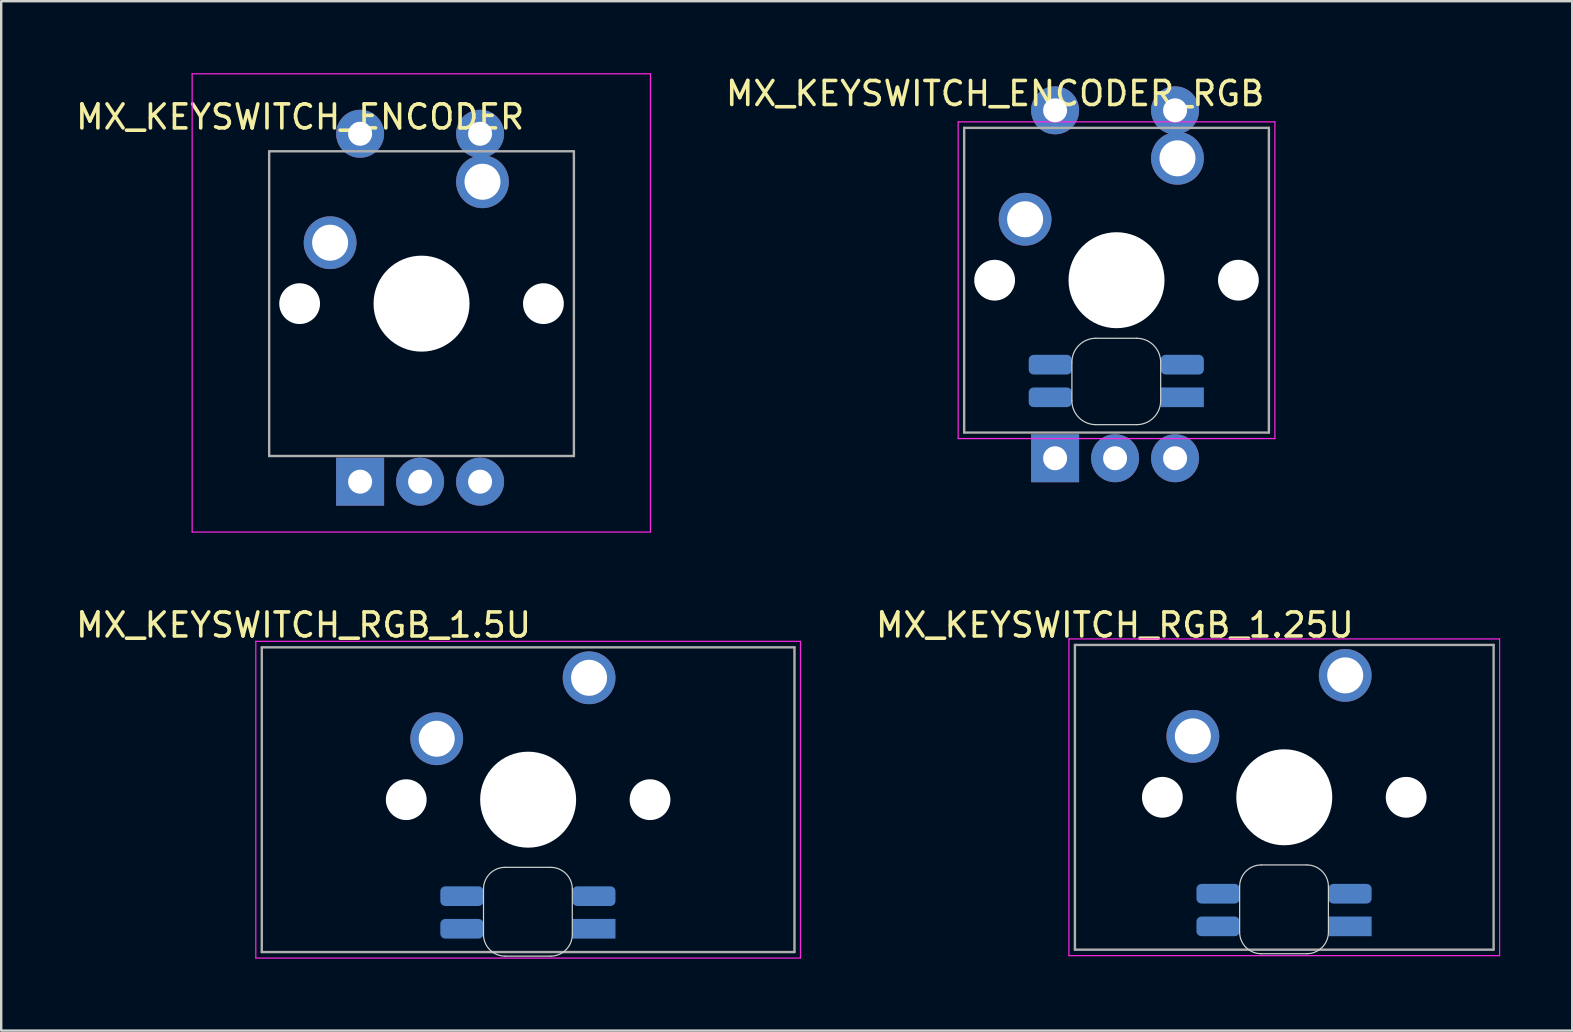
<source format=kicad_pcb>
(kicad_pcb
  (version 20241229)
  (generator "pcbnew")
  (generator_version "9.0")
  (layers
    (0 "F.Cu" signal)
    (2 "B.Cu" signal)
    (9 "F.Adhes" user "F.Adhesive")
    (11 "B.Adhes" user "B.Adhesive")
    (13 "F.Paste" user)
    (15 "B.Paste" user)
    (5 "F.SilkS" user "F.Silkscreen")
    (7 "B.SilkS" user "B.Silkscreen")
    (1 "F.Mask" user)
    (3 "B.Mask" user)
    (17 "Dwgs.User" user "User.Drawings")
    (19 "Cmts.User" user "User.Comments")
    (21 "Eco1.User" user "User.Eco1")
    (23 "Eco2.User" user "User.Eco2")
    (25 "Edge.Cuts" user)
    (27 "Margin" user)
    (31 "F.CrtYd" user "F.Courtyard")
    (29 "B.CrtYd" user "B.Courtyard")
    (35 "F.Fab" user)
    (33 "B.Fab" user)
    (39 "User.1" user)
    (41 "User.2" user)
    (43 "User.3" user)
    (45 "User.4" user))
  (footprint "MX_KEYSWITCH_ENCODER"
    (layer "F.Cu")
    (at 14.458 9.625)
    (property "Reference" "MX_KEYSWITCH_ENCODER" (at -5 -7.8 0) (layer "F.SilkS") (effects (font (size 1 1) (thickness 0.15))))
    (attr through_hole)
    (fp_line (start -9.5 -9.6) (end -9.5 9.5) (stroke (width 0.05) (type solid)) (layer "F.CrtYd"))
    (fp_line (start -9.5 -9.6) (end 9.6 -9.6) (stroke (width 0.05) (type solid)) (layer "F.CrtYd"))
    (fp_line (start -9.5 9.5) (end 9.6 9.5) (stroke (width 0.05) (type solid)) (layer "F.CrtYd"))
    (fp_line (start 9.6 -9.6) (end 9.6 9.5) (stroke (width 0.05) (type solid)) (layer "F.CrtYd"))
    (fp_line (start -6.29 -6.37) (end 6.41 -6.37) (stroke (width 0.1) (type solid)) (layer "F.Fab"))
    (fp_line (start -6.29 6.33) (end -6.29 -6.37) (stroke (width 0.1) (type solid)) (layer "F.Fab"))
    (fp_line (start 6.41 -6.37) (end 6.41 6.33) (stroke (width 0.1) (type solid)) (layer "F.Fab"))
    (fp_line (start 6.41 6.33) (end -6.29 6.33) (stroke (width 0.1) (type solid)) (layer "F.Fab"))
    (pad "" np_thru_hole circle (at -5.02 -0.02) (size 1.7 1.7) (drill 1.7) (layers "*.Cu" "*.Mask"))
    (pad "" np_thru_hole circle (at 0.06 -0.02) (size 4 4) (drill 4) (layers "*.Cu" "*.Mask"))
    (pad "" np_thru_hole circle (at 5.14 -0.02) (size 1.7 1.7) (drill 1.7) (layers "*.Cu" "*.Mask"))
    (pad "A" thru_hole rect (at -2.5 7.4 90) (size 2 2) (drill 1) (layers "*.Cu" "*.Mask"))
    (pad "B" thru_hole circle (at 2.5 7.4 90) (size 2 2) (drill 1) (layers "*.Cu" "*.Mask"))
    (pad "C" thru_hole circle (at 0 7.4 90) (size 2 2) (drill 1) (layers "*.Cu" "*.Mask"))
    (pad "S1" thru_hole circle (at 2.5 -7.1 90) (size 2 2) (drill 1) (layers "*.Cu" "*.Mask"))
    (pad "S1" thru_hole circle (at 2.6 -5.1) (size 2.2 2.2) (drill 1.5) (layers "*.Cu" "*.Mask"))
    (pad "S2" thru_hole circle (at -3.75 -2.56) (size 2.2 2.2) (drill 1.5) (layers "*.Cu" "*.Mask"))
    (pad "S2" thru_hole circle (at -2.5 -7.1 90) (size 2 2) (drill 1) (layers "*.Cu" "*.Mask")))
  (footprint "MX_KEYSWITCH_ENCODER_RGB"
    (layer "F.Cu")
    (at 43.423 8.648)
    (property "Reference" "MX_KEYSWITCH_ENCODER_RGB" (at -5 -7.8 0) (layer "F.SilkS") (effects (font (size 1 1) (thickness 0.15))))
    (attr through_hole)
    (fp_line (start -1.8 3.4) (end -1.8 5) (stroke (width 0.05) (type solid)) (layer "Edge.Cuts"))
    (fp_line (start 0.9 2.4) (end -0.8 2.4) (stroke (width 0.05) (type solid)) (layer "Edge.Cuts"))
    (fp_line (start 0.9 6) (end -0.8 6) (stroke (width 0.05) (type solid)) (layer "Edge.Cuts"))
    (fp_line (start 1.9 5) (end 1.9 3.4) (stroke (width 0.05) (type solid)) (layer "Edge.Cuts"))
    (fp_arc (start -1.8 3.4) (mid -1.507107 2.692893) (end -0.8 2.4) (stroke (width 0.05) (type solid)) (layer "Edge.Cuts"))
    (fp_arc (start -0.8 6) (mid -1.507107 5.707107) (end -1.8 5) (stroke (width 0.05) (type solid)) (layer "Edge.Cuts"))
    (fp_arc (start 0.9 2.4) (mid 1.607107 2.692893) (end 1.9 3.4) (stroke (width 0.05) (type solid)) (layer "Edge.Cuts"))
    (fp_arc (start 1.9 5) (mid 1.607107 5.707107) (end 0.9 6) (stroke (width 0.05) (type solid)) (layer "Edge.Cuts"))
    (fp_line (start -6.54 -6.62) (end 6.66 -6.62) (stroke (width 0.05) (type solid)) (layer "F.CrtYd"))
    (fp_line (start -6.54 6.58) (end -6.54 -6.62) (stroke (width 0.05) (type solid)) (layer "F.CrtYd"))
    (fp_line (start 6.66 -6.62) (end 6.66 6.58) (stroke (width 0.05) (type solid)) (layer "F.CrtYd"))
    (fp_line (start 6.66 6.58) (end -6.54 6.58) (stroke (width 0.05) (type solid)) (layer "F.CrtYd"))
    (fp_line (start -6.29 -6.37) (end 6.41 -6.37) (stroke (width 0.1) (type solid)) (layer "F.Fab"))
    (fp_line (start -6.29 6.33) (end -6.29 -6.37) (stroke (width 0.1) (type solid)) (layer "F.Fab"))
    (fp_line (start 6.41 -6.37) (end 6.41 6.33) (stroke (width 0.1) (type solid)) (layer "F.Fab"))
    (fp_line (start 6.41 6.33) (end -6.29 6.33) (stroke (width 0.1) (type solid)) (layer "F.Fab"))
    (pad "" np_thru_hole circle (at -5.02 -0.02) (size 1.7 1.7) (drill 1.7) (layers "*.Cu" "*.Mask"))
    (pad "" np_thru_hole circle (at 0.06 -0.02) (size 4 4) (drill 4) (layers "*.Cu" "*.Mask"))
    (pad "" np_thru_hole circle (at 5.14 -0.02) (size 1.7 1.7) (drill 1.7) (layers "*.Cu" "*.Mask"))
    (pad "1" smd roundrect (at 2.8 3.5) (size 1.8 0.82) (layers "B.Cu" "B.Mask" "B.Paste") (roundrect_rratio 0.25))
    (pad "2" smd roundrect (at -2.7 4.86) (size 1.8 0.82) (layers "B.Cu" "B.Mask" "B.Paste") (roundrect_rratio 0.25))
    (pad "3" smd roundrect (at -2.7 3.5) (size 1.8 0.82) (layers "B.Cu" "B.Mask" "B.Paste") (roundrect_rratio 0.25))
    (pad "4" smd rect (at 2.8 4.86) (size 1.8 0.82) (layers "B.Cu" "B.Mask" "B.Paste"))
    (pad "A" thru_hole rect (at -2.5 7.4 90) (size 2 2) (drill 1) (layers "*.Cu" "*.Mask"))
    (pad "B" thru_hole circle (at 2.5 7.4 90) (size 2 2) (drill 1) (layers "*.Cu" "*.Mask"))
    (pad "C" thru_hole circle (at 0 7.4 90) (size 2 2) (drill 1) (layers "*.Cu" "*.Mask"))
    (pad "S1" thru_hole circle (at 2.5 -7.1 90) (size 2 2) (drill 1) (layers "*.Cu" "*.Mask"))
    (pad "S1" thru_hole circle (at 2.6 -5.1) (size 2.2 2.2) (drill 1.5) (layers "*.Cu" "*.Mask"))
    (pad "S2" thru_hole circle (at -3.75 -2.56) (size 2.2 2.2) (drill 1.5) (layers "*.Cu" "*.Mask"))
    (pad "S2" thru_hole circle (at -2.5 -7.1 90) (size 2 2) (drill 1) (layers "*.Cu" "*.Mask")))
  (footprint "MX_KEYSWITCH_RGB_1.25U"
    (layer "F.Cu")
    (at 50.414 30.198)
    (property "Reference" "MX_KEYSWITCH_RGB_1.25U" (at -7 -7.2 0) (layer "F.SilkS") (effects (font (size 1 1) (thickness 0.15))))
    (attr through_hole)
    (fp_line (start -1.8 3.7) (end -1.8 5.6) (stroke (width 0.05) (type solid)) (layer "Edge.Cuts"))
    (fp_line (start -0.9 6.5) (end 1 6.5) (stroke (width 0.05) (type solid)) (layer "Edge.Cuts"))
    (fp_line (start 1 2.8) (end -0.9 2.8) (stroke (width 0.05) (type solid)) (layer "Edge.Cuts"))
    (fp_line (start 1.9 5.6) (end 1.9 3.7) (stroke (width 0.05) (type solid)) (layer "Edge.Cuts"))
    (fp_arc (start -1.8 3.7) (mid -1.536396 3.063604) (end -0.9 2.8) (stroke (width 0.05) (type solid)) (layer "Edge.Cuts"))
    (fp_arc (start -0.9 6.5) (mid -1.536396 6.236396) (end -1.8 5.6) (stroke (width 0.05) (type solid)) (layer "Edge.Cuts"))
    (fp_arc (start 1 2.8) (mid 1.636396 3.063604) (end 1.9 3.7) (stroke (width 0.05) (type solid)) (layer "Edge.Cuts"))
    (fp_arc (start 1.9 5.6) (mid 1.636396 6.236396) (end 1 6.5) (stroke (width 0.05) (type solid)) (layer "Edge.Cuts"))
    (fp_line (start -8.915 -6.62) (end 9.035 -6.62) (stroke (width 0.05) (type solid)) (layer "F.CrtYd"))
    (fp_line (start -8.915 6.58) (end -8.915 -6.62) (stroke (width 0.05) (type solid)) (layer "F.CrtYd"))
    (fp_line (start 9.035 -6.62) (end 9.035 6.58) (stroke (width 0.05) (type solid)) (layer "F.CrtYd"))
    (fp_line (start 9.035 6.58) (end -8.915 6.58) (stroke (width 0.05) (type solid)) (layer "F.CrtYd"))
    (fp_line (start -8.665 -6.37) (end 8.785 -6.37) (stroke (width 0.1) (type solid)) (layer "F.Fab"))
    (fp_line (start -8.665 6.33) (end -8.665 -6.37) (stroke (width 0.1) (type solid)) (layer "F.Fab"))
    (fp_line (start 8.785 -6.37) (end 8.785 6.33) (stroke (width 0.1) (type solid)) (layer "F.Fab"))
    (fp_line (start 8.785 6.33) (end -8.665 6.33) (stroke (width 0.1) (type solid)) (layer "F.Fab"))
    (pad "" np_thru_hole circle (at -5.02 -0.02) (size 1.7 1.7) (drill 1.7) (layers "*.Cu" "*.Mask"))
    (pad "" np_thru_hole circle (at 0.06 -0.02) (size 4 4) (drill 4) (layers "*.Cu" "*.Mask"))
    (pad "" np_thru_hole circle (at 5.14 -0.02) (size 1.7 1.7) (drill 1.7) (layers "*.Cu" "*.Mask"))
    (pad "1" thru_hole circle (at 2.6 -5.1) (size 2.2 2.2) (drill 1.5) (layers "*.Cu" "*.Mask"))
    (pad "2" thru_hole circle (at -3.75 -2.56) (size 2.2 2.2) (drill 1.5) (layers "*.Cu" "*.Mask"))
    (pad "3" smd roundrect (at 2.8 4) (size 1.8 0.82) (layers "B.Cu" "B.Mask" "B.Paste") (roundrect_rratio 0.25))
    (pad "4" smd roundrect (at -2.7 5.36) (size 1.8 0.82) (layers "B.Cu" "B.Mask" "B.Paste") (roundrect_rratio 0.25))
    (pad "5" smd roundrect (at -2.7 4) (size 1.8 0.82) (layers "B.Cu" "B.Mask" "B.Paste") (roundrect_rratio 0.25))
    (pad "6" smd rect (at 2.8 5.36) (size 1.8 0.82) (layers "B.Cu" "B.Mask" "B.Paste")))
  (footprint "MX_KEYSWITCH_RGB_1.5U"
    (layer "F.Cu")
    (at 18.901 30.298)
    (property "Reference" "MX_KEYSWITCH_RGB_1.5U" (at -9.3 -7.3 0) (layer "F.SilkS") (effects (font (size 1 1) (thickness 0.15))))
    (attr through_hole)
    (fp_line (start -1.8 3.7) (end -1.8 5.6) (stroke (width 0.05) (type solid)) (layer "Edge.Cuts"))
    (fp_line (start -0.9 6.5) (end 1 6.5) (stroke (width 0.05) (type solid)) (layer "Edge.Cuts"))
    (fp_line (start 1 2.8) (end -0.9 2.8) (stroke (width 0.05) (type solid)) (layer "Edge.Cuts"))
    (fp_line (start 1.9 5.6) (end 1.9 3.7) (stroke (width 0.05) (type solid)) (layer "Edge.Cuts"))
    (fp_arc (start -1.8 3.7) (mid -1.536396 3.063604) (end -0.9 2.8) (stroke (width 0.05) (type solid)) (layer "Edge.Cuts"))
    (fp_arc (start -0.9 6.5) (mid -1.536396 6.236396) (end -1.8 5.6) (stroke (width 0.05) (type solid)) (layer "Edge.Cuts"))
    (fp_arc (start 1 2.8) (mid 1.636396 3.063604) (end 1.9 3.7) (stroke (width 0.05) (type solid)) (layer "Edge.Cuts"))
    (fp_arc (start 1.9 5.6) (mid 1.636396 6.236396) (end 1 6.5) (stroke (width 0.05) (type solid)) (layer "Edge.Cuts"))
    (fp_line (start -11.29 -6.62) (end 11.4 -6.62) (stroke (width 0.05) (type solid)) (layer "F.CrtYd"))
    (fp_line (start -11.29 6.58) (end -11.29 -6.62) (stroke (width 0.05) (type solid)) (layer "F.CrtYd"))
    (fp_line (start 11.41 -6.62) (end 11.41 6.58) (stroke (width 0.05) (type solid)) (layer "F.CrtYd"))
    (fp_line (start 11.41 6.58) (end -11.29 6.58) (stroke (width 0.05) (type solid)) (layer "F.CrtYd"))
    (fp_line (start -11.04 -6.37) (end 11.16 -6.37) (stroke (width 0.1) (type solid)) (layer "F.Fab"))
    (fp_line (start -11.04 6.33) (end -11.04 -6.37) (stroke (width 0.1) (type solid)) (layer "F.Fab"))
    (fp_line (start 11.16 -6.37) (end 11.16 6.33) (stroke (width 0.1) (type solid)) (layer "F.Fab"))
    (fp_line (start 11.16 6.33) (end -11.04 6.33) (stroke (width 0.1) (type solid)) (layer "F.Fab"))
    (pad "" np_thru_hole circle (at -5.02 -0.02) (size 1.7 1.7) (drill 1.7) (layers "*.Cu" "*.Mask"))
    (pad "" np_thru_hole circle (at 0.06 -0.02) (size 4 4) (drill 4) (layers "*.Cu" "*.Mask"))
    (pad "" np_thru_hole circle (at 5.14 -0.02) (size 1.7 1.7) (drill 1.7) (layers "*.Cu" "*.Mask"))
    (pad "1" thru_hole circle (at 2.6 -5.1) (size 2.2 2.2) (drill 1.5) (layers "*.Cu" "*.Mask"))
    (pad "2" thru_hole circle (at -3.75 -2.56) (size 2.2 2.2) (drill 1.5) (layers "*.Cu" "*.Mask"))
    (pad "3" smd roundrect (at 2.8 4) (size 1.8 0.82) (layers "B.Cu" "B.Mask" "B.Paste") (roundrect_rratio 0.25))
    (pad "4" smd roundrect (at -2.7 5.36) (size 1.8 0.82) (layers "B.Cu" "B.Mask" "B.Paste") (roundrect_rratio 0.25))
    (pad "5" smd roundrect (at -2.7 4) (size 1.8 0.82) (layers "B.Cu" "B.Mask" "B.Paste") (roundrect_rratio 0.25))
    (pad "6" smd rect (at 2.8 5.36) (size 1.8 0.82) (layers "B.Cu" "B.Mask" "B.Paste")))
  (gr_rect
    (start -3 -3)
    (end 62.474 39.903)
    (stroke (width 0.1) (type default))
    (fill no)
    (layer "Edge.Cuts")))
</source>
